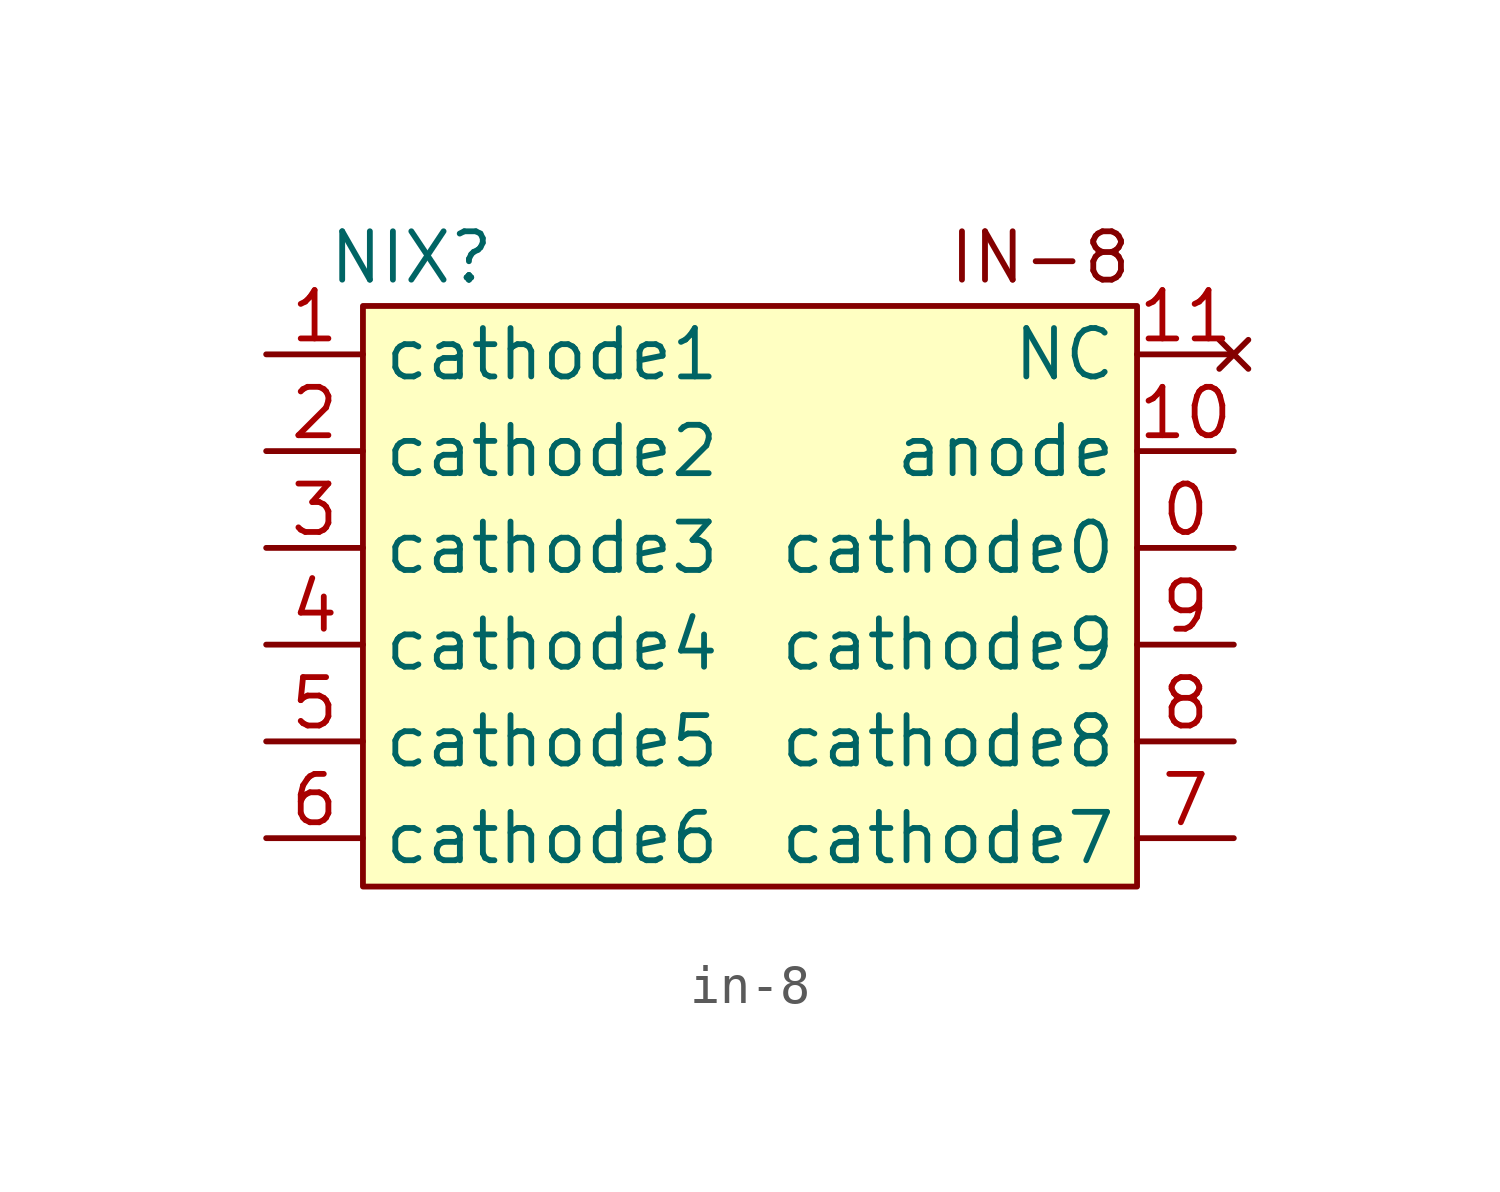
<source format=kicad_sym>
(kicad_symbol_lib
  (version 20220914)
  (generator kicad_symbol_editor)
  (symbol "in-8"
    (property "Reference" "NIX"
      (at -8.89 8.89 0)
      (do_not_autoplace)
      (effects (font (size 1.27 1.27))))
    (property "Value" ""
      (at 0 0 0)
      (effects (font (size 1.27 1.27))))
    (symbol "in-8_1_1"
      (rectangle (start -10.16 7.62) (end 10.16 -7.62) (stroke (width 0) (type default)) (fill (type background)))
      (text "IN-8" (at 7.62 8.89 0) (effects (font (size 1.27 1.27))))
      (pin passive line (at 12.7 1.27 180) (length 2.54) (name "cathode0" (effects (font (size 1.27 1.27)))) (number "0" (effects (font (size 1.27 1.27)))))
      (pin passive line (at -12.7 6.35 0) (length 2.54) (name "cathode1" (effects (font (size 1.27 1.27)))) (number "1" (effects (font (size 1.27 1.27)))))
      (pin passive line (at 12.7 3.81 180) (length 2.54) (name "anode" (effects (font (size 1.27 1.27)))) (number "10" (effects (font (size 1.27 1.27)))))
      (pin no_connect line (at 12.7 6.35 180) (length 2.54) (name "NC" (effects (font (size 1.27 1.27)))) (number "11" (effects (font (size 1.27 1.27)))))
      (pin passive line (at -12.7 3.81 0) (length 2.54) (name "cathode2" (effects (font (size 1.27 1.27)))) (number "2" (effects (font (size 1.27 1.27)))))
      (pin passive line (at -12.7 1.27 0) (length 2.54) (name "cathode3" (effects (font (size 1.27 1.27)))) (number "3" (effects (font (size 1.27 1.27)))))
      (pin passive line (at -12.7 -1.27 0) (length 2.54) (name "cathode4" (effects (font (size 1.27 1.27)))) (number "4" (effects (font (size 1.27 1.27)))))
      (pin passive line (at -12.7 -3.81 0) (length 2.54) (name "cathode5" (effects (font (size 1.27 1.27)))) (number "5" (effects (font (size 1.27 1.27)))))
      (pin passive line (at -12.7 -6.35 0) (length 2.54) (name "cathode6" (effects (font (size 1.27 1.27)))) (number "6" (effects (font (size 1.27 1.27)))))
      (pin passive line (at 12.7 -6.35 180) (length 2.54) (name "cathode7" (effects (font (size 1.27 1.27)))) (number "7" (effects (font (size 1.27 1.27)))))
      (pin passive line (at 12.7 -3.81 180) (length 2.54) (name "cathode8" (effects (font (size 1.27 1.27)))) (number "8" (effects (font (size 1.27 1.27)))))
      (pin passive line (at 12.7 -1.27 180) (length 2.54) (name "cathode9" (effects (font (size 1.27 1.27)))) (number "9" (effects (font (size 1.27 1.27))))))))
</source>
